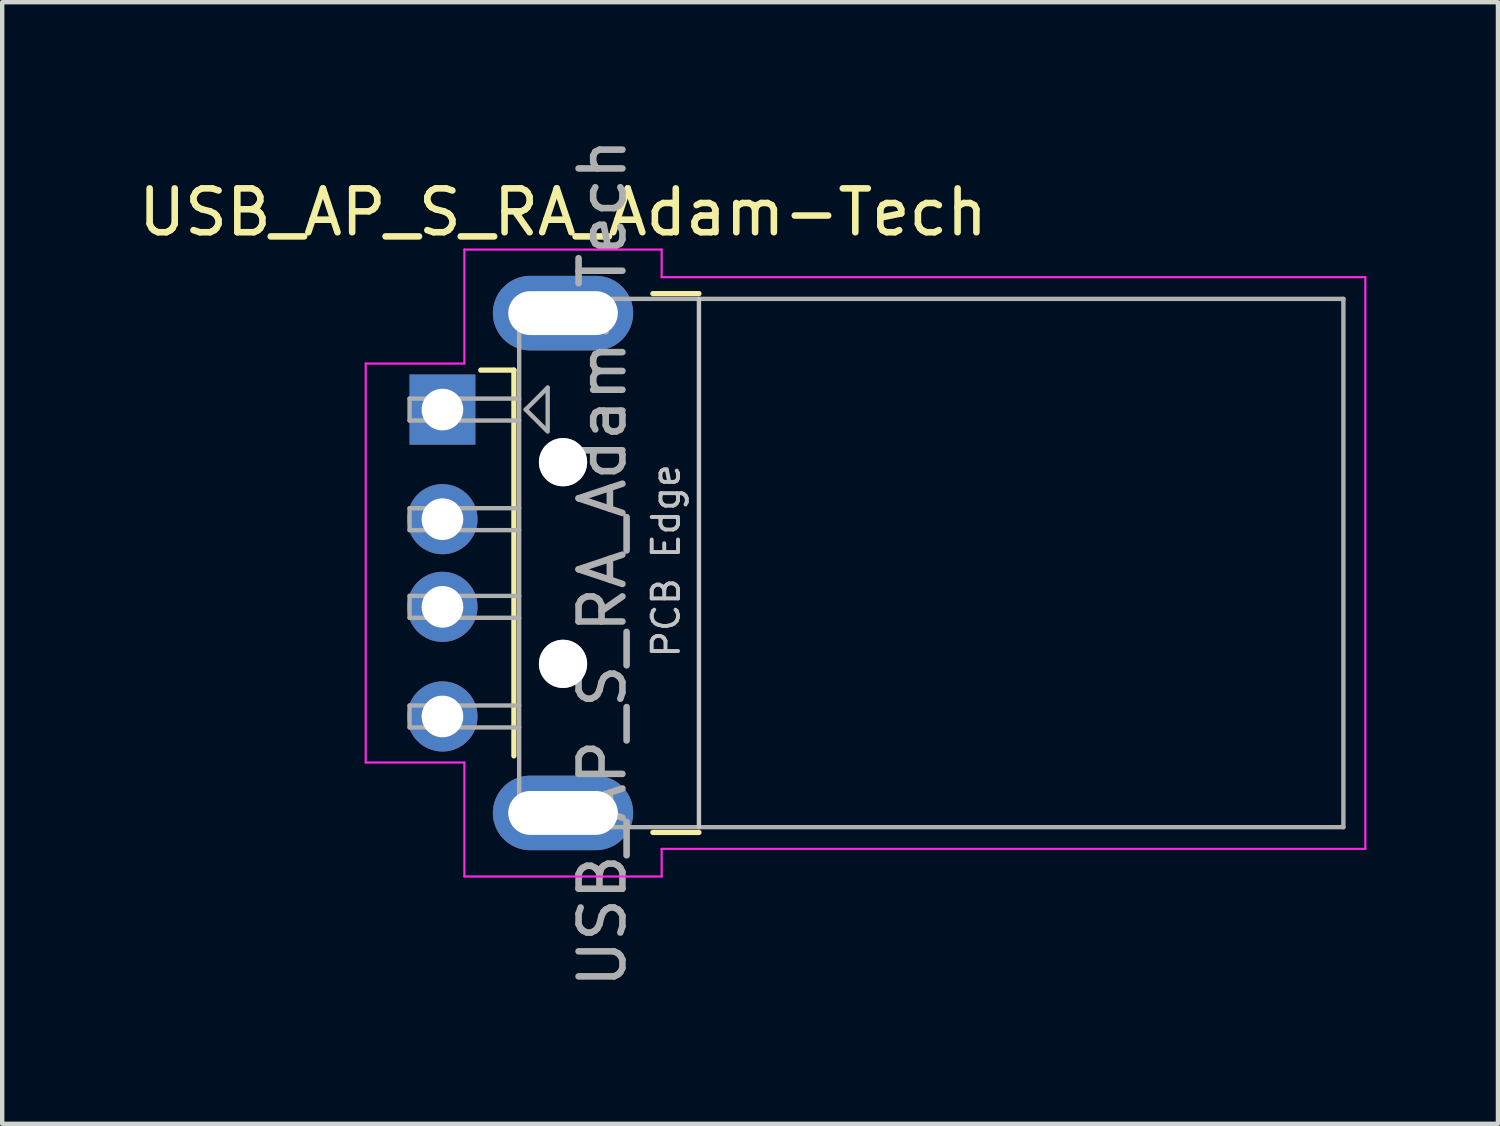
<source format=kicad_pcb>
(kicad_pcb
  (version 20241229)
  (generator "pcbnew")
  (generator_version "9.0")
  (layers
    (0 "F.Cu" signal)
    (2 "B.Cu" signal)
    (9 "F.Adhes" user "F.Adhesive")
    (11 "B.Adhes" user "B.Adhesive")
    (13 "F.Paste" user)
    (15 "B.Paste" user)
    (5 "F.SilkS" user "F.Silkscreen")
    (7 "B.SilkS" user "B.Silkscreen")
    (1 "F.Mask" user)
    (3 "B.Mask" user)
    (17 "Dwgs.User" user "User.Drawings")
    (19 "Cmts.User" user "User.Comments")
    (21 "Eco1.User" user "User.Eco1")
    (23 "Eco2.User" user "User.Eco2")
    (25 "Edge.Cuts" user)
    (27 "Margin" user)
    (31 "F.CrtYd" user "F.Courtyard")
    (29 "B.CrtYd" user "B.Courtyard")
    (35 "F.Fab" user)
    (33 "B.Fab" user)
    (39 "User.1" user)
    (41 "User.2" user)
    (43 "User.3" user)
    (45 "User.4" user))
  (footprint "USB_AP_S_RA_Adam-Tech"
    (layer "F.Cu")
    (at 16.692 9.792)
    (property "Reference" "USB_AP_S_RA_Adam-Tech" (at -6.9 -8 0) (layer "F.SilkS") (effects (font (size 1 1) (thickness 0.15))))
    (attr smd)
    (fp_line (start -8.02 -4.4) (end -8.775 -4.4) (stroke (width 0.12) (type solid)) (layer "F.SilkS"))
    (fp_line (start -8.02 -4.4) (end -8.02 4.4) (stroke (width 0.12) (type solid)) (layer "F.SilkS"))
    (fp_line (start -4.85 -6.145) (end -3.8 -6.145) (stroke (width 0.12) (type solid)) (layer "F.SilkS"))
    (fp_line (start -4.85 6.145) (end -3.8 6.145) (stroke (width 0.12) (type solid)) (layer "F.SilkS"))
    (fp_line (start -3.8 6.025) (end -3.8 -6.025) (stroke (width 0.1) (type solid)) (layer "Dwgs.User"))
    (fp_line (start -11.4 -4.55) (end -9.15 -4.55) (stroke (width 0.05) (type solid)) (layer "F.CrtYd"))
    (fp_line (start -11.4 4.55) (end -11.4 -4.55) (stroke (width 0.05) (type solid)) (layer "F.CrtYd"))
    (fp_line (start -11.4 4.55) (end -9.15 4.55) (stroke (width 0.05) (type solid)) (layer "F.CrtYd"))
    (fp_line (start -9.15 -7.15) (end -9.15 -4.55) (stroke (width 0.05) (type solid)) (layer "F.CrtYd"))
    (fp_line (start -9.15 -7.15) (end -4.65 -7.15) (stroke (width 0.05) (type solid)) (layer "F.CrtYd"))
    (fp_line (start -9.15 4.55) (end -9.15 7.15) (stroke (width 0.05) (type solid)) (layer "F.CrtYd"))
    (fp_line (start -9.15 7.15) (end -4.65 7.15) (stroke (width 0.05) (type solid)) (layer "F.CrtYd"))
    (fp_line (start -4.65 -6.52) (end -4.65 -7.15) (stroke (width 0.05) (type solid)) (layer "F.CrtYd"))
    (fp_line (start -4.65 -6.52) (end 11.4 -6.52) (stroke (width 0.05) (type solid)) (layer "F.CrtYd"))
    (fp_line (start -4.65 6.52) (end 11.4 6.52) (stroke (width 0.05) (type solid)) (layer "F.CrtYd"))
    (fp_line (start -4.65 7.15) (end -4.65 6.52) (stroke (width 0.05) (type solid)) (layer "F.CrtYd"))
    (fp_line (start 11.4 6.52) (end 11.4 -6.52) (stroke (width 0.05) (type solid)) (layer "F.CrtYd"))
    (fp_line (start -10.4 -3.75) (end -7.9 -3.75) (stroke (width 0.1) (type solid)) (layer "F.Fab"))
    (fp_line (start -10.4 -3.25) (end -10.4 -3.75) (stroke (width 0.1) (type solid)) (layer "F.Fab"))
    (fp_line (start -10.4 -3.25) (end -7.9 -3.25) (stroke (width 0.1) (type solid)) (layer "F.Fab"))
    (fp_line (start -10.4 -1.25) (end -7.9 -1.25) (stroke (width 0.1) (type solid)) (layer "F.Fab"))
    (fp_line (start -10.4 -0.75) (end -10.4 -1.25) (stroke (width 0.1) (type solid)) (layer "F.Fab"))
    (fp_line (start -10.4 -0.75) (end -7.9 -0.75) (stroke (width 0.1) (type solid)) (layer "F.Fab"))
    (fp_line (start -10.4 0.75) (end -7.9 0.75) (stroke (width 0.1) (type solid)) (layer "F.Fab"))
    (fp_line (start -10.4 1.25) (end -10.4 0.75) (stroke (width 0.1) (type solid)) (layer "F.Fab"))
    (fp_line (start -10.4 1.25) (end -7.9 1.25) (stroke (width 0.1) (type solid)) (layer "F.Fab"))
    (fp_line (start -10.4 3.25) (end -7.9 3.25) (stroke (width 0.1) (type solid)) (layer "F.Fab"))
    (fp_line (start -10.4 3.75) (end -10.4 3.25) (stroke (width 0.1) (type solid)) (layer "F.Fab"))
    (fp_line (start -10.4 3.75) (end -7.9 3.75) (stroke (width 0.1) (type solid)) (layer "F.Fab"))
    (fp_line (start -7.9 -6.025) (end 10.9 -6.025) (stroke (width 0.1) (type solid)) (layer "F.Fab"))
    (fp_line (start -7.9 6.025) (end -7.9 -6.025) (stroke (width 0.1) (type solid)) (layer "F.Fab"))
    (fp_line (start -7.9 6.025) (end 10.9 6.025) (stroke (width 0.1) (type solid)) (layer "F.Fab"))
    (fp_line (start -7.75 -3.5) (end -7.25 -4) (stroke (width 0.1) (type solid)) (layer "F.Fab"))
    (fp_line (start -7.75 -3.5) (end -7.25 -3) (stroke (width 0.1) (type solid)) (layer "F.Fab"))
    (fp_line (start -7.25 -4) (end -7.25 -3.05) (stroke (width 0.1) (type solid)) (layer "F.Fab"))
    (fp_line (start 10.9 6.025) (end 10.9 -6.025) (stroke (width 0.1) (type solid)) (layer "F.Fab"))
    (fp_circle (center -6.9 -2.3) (end -6.9 -2.8) (stroke (width 0.1) (type solid)) (fill no) (layer "F.Fab"))
    (fp_circle (center -6.9 2.3) (end -6.9 2.8) (stroke (width 0.1) (type solid)) (fill no) (layer "F.Fab"))
    (fp_text user "PCB Edge" (at -4.55 -0.05 90) (layer "Dwgs.User") (effects (font (size 0.6 0.6) (thickness 0.09))))
    (fp_text user "${REFERENCE}" (at -6 0 90) (layer "F.Fab") (effects (font (size 1 1) (thickness 0.15))))
    (pad "" np_thru_hole circle (at -6.9 -2.3) (size 1.1 1.1) (drill 1.1) (layers "*.Cu" "*.Mask"))
    (pad "" np_thru_hole circle (at -6.9 2.3) (size 1.1 1.1) (drill 1.1) (layers "*.Cu" "*.Mask"))
    (pad "1" thru_hole rect (at -9.65 -3.5) (size 1.5 1.6) (drill 0.95) (layers "*.Cu" "*.Mask"))
    (pad "2" thru_hole circle (at -9.65 -1) (size 1.6 1.6) (drill 0.95) (layers "*.Cu" "*.Mask"))
    (pad "3" thru_hole circle (at -9.65 1) (size 1.6 1.6) (drill 0.95) (layers "*.Cu" "*.Mask"))
    (pad "4" thru_hole circle (at -9.65 3.5) (size 1.6 1.6) (drill 0.95) (layers "*.Cu" "*.Mask"))
    (pad "5" thru_hole oval (at -6.9 -5.7) (size 3.2 1.7) (drill oval 2.5 1) (layers "*.Cu" "*.Mask"))
    (pad "5" thru_hole oval (at -6.9 5.7) (size 3.2 1.7) (drill oval 2.5 1) (layers "*.Cu" "*.Mask")))
  (gr_rect
    (start -3 -3)
    (end 31.117 22.583)
    (stroke (width 0.1) (type default))
    (fill no)
    (layer "Edge.Cuts")))
</source>
